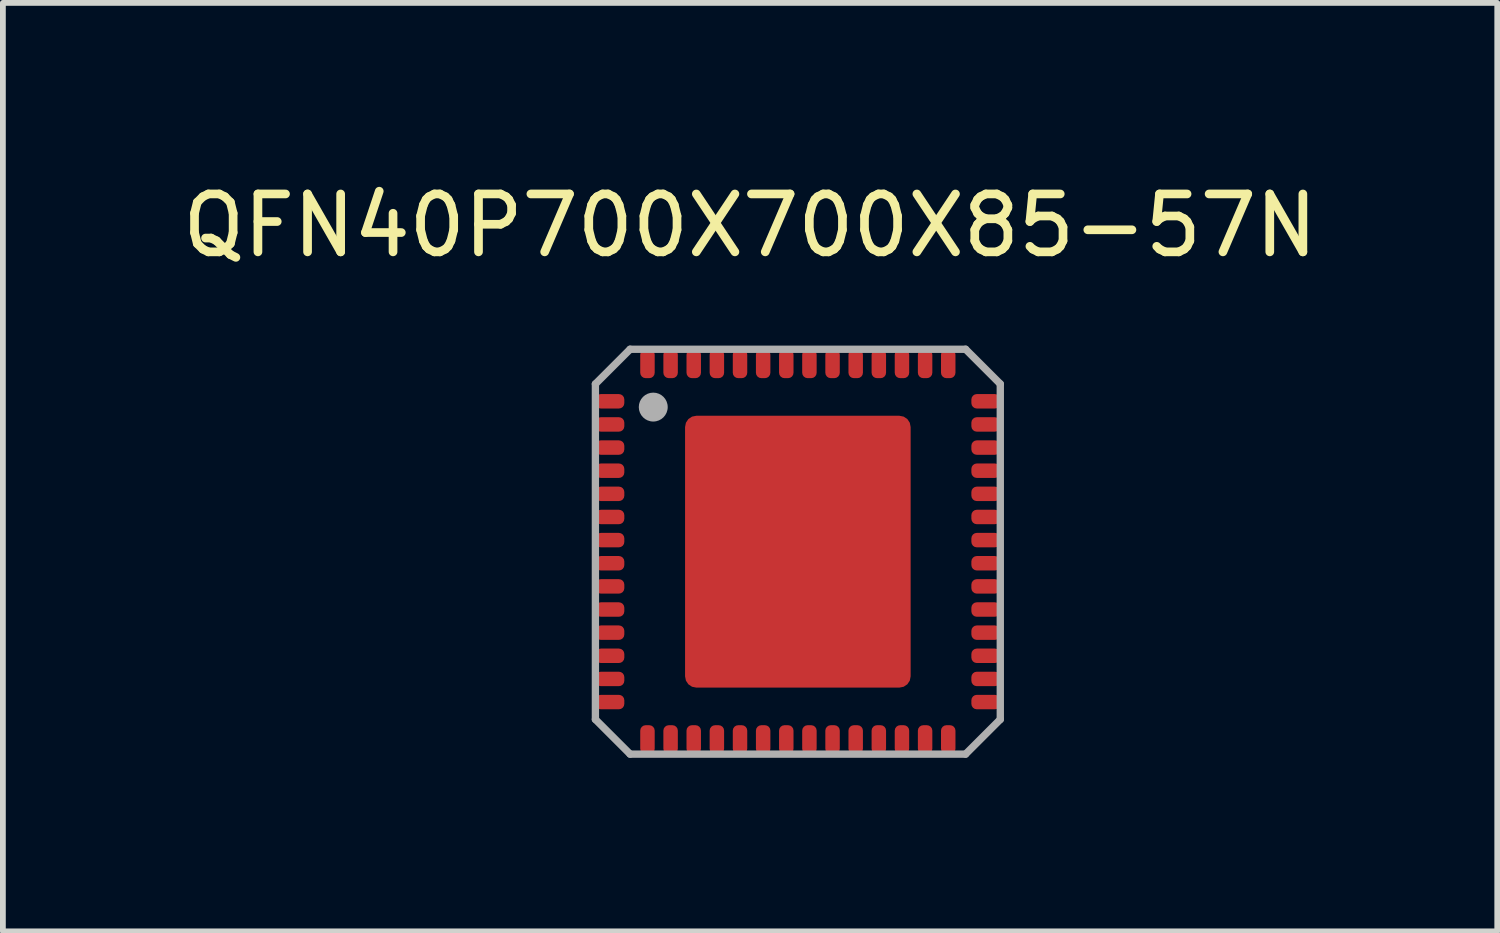
<source format=kicad_pcb>
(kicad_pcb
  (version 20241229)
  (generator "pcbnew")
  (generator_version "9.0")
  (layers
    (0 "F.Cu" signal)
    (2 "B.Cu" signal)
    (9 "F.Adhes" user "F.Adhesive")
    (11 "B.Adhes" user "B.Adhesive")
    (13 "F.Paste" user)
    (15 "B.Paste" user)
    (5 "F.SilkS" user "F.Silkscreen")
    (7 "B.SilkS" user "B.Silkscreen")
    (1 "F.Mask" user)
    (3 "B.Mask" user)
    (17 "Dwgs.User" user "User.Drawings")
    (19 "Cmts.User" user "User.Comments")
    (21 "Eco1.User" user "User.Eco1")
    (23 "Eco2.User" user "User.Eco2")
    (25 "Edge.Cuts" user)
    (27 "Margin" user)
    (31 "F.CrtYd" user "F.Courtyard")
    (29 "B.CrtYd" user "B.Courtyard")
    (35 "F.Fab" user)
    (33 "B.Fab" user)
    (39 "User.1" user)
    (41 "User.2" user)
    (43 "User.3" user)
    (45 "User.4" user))
  (footprint "QFN40P700X700X85-57N"
    (layer "F.Cu")
    (at 10.744 6.488)
    (property "Reference" "QFN40P700X700X85-57N" (at -0.826 -5.639 0) (layer "F.SilkS") (effects (font (size 1.001 1.001) (thickness 0.15))))
    (attr smd)
    (fp_line (start -3.5 -2.9) (end -3.5 2.9) (stroke (width 0.127) (type solid)) (layer "F.Fab"))
    (fp_line (start -3.5 2.9) (end -2.9 3.5) (stroke (width 0.127) (type solid)) (layer "F.Fab"))
    (fp_line (start -2.9 -3.5) (end -3.5 -2.9) (stroke (width 0.127) (type solid)) (layer "F.Fab"))
    (fp_line (start -2.9 3.5) (end 2.9 3.5) (stroke (width 0.127) (type solid)) (layer "F.Fab"))
    (fp_line (start 2.9 -3.5) (end -2.9 -3.5) (stroke (width 0.127) (type solid)) (layer "F.Fab"))
    (fp_line (start 2.9 -3.5) (end 3.5 -2.9) (stroke (width 0.127) (type solid)) (layer "F.Fab"))
    (fp_line (start 3.5 2.9) (end 2.9 3.5) (stroke (width 0.127) (type solid)) (layer "F.Fab"))
    (fp_line (start 3.5 2.9) (end 3.5 -2.9) (stroke (width 0.127) (type solid)) (layer "F.Fab"))
    (fp_circle (center -2.5 -2.5) (end -2.25 -2.5) (stroke (width 0) (type solid)) (fill yes) (layer "F.Fab"))
    (pad "1" smd roundrect (at -3.25 -2.6) (size 0.5 0.25) (layers "F.Cu" "F.Mask" "F.Paste") (roundrect_rratio 0.375))
    (pad "2" smd roundrect (at -3.25 -2.2) (size 0.5 0.25) (layers "F.Cu" "F.Mask" "F.Paste") (roundrect_rratio 0.375))
    (pad "3" smd roundrect (at -3.25 -1.8) (size 0.5 0.25) (layers "F.Cu" "F.Mask" "F.Paste") (roundrect_rratio 0.375))
    (pad "4" smd roundrect (at -3.25 -1.4) (size 0.5 0.25) (layers "F.Cu" "F.Mask" "F.Paste") (roundrect_rratio 0.375))
    (pad "5" smd roundrect (at -3.25 -1) (size 0.5 0.25) (layers "F.Cu" "F.Mask" "F.Paste") (roundrect_rratio 0.375))
    (pad "6" smd roundrect (at -3.25 -0.6) (size 0.5 0.25) (layers "F.Cu" "F.Mask" "F.Paste") (roundrect_rratio 0.375))
    (pad "7" smd roundrect (at -3.25 -0.2) (size 0.5 0.25) (layers "F.Cu" "F.Mask" "F.Paste") (roundrect_rratio 0.375))
    (pad "8" smd roundrect (at -3.25 0.2) (size 0.5 0.25) (layers "F.Cu" "F.Mask" "F.Paste") (roundrect_rratio 0.375))
    (pad "9" smd roundrect (at -3.25 0.6) (size 0.5 0.25) (layers "F.Cu" "F.Mask" "F.Paste") (roundrect_rratio 0.375))
    (pad "10" smd roundrect (at -3.25 1) (size 0.5 0.25) (layers "F.Cu" "F.Mask" "F.Paste") (roundrect_rratio 0.375))
    (pad "11" smd roundrect (at -3.25 1.4) (size 0.5 0.25) (layers "F.Cu" "F.Mask" "F.Paste") (roundrect_rratio 0.375))
    (pad "12" smd roundrect (at -3.25 1.8) (size 0.5 0.25) (layers "F.Cu" "F.Mask" "F.Paste") (roundrect_rratio 0.375))
    (pad "13" smd roundrect (at -3.25 2.2) (size 0.5 0.25) (layers "F.Cu" "F.Mask" "F.Paste") (roundrect_rratio 0.375))
    (pad "14" smd roundrect (at -3.25 2.6) (size 0.5 0.25) (layers "F.Cu" "F.Mask" "F.Paste") (roundrect_rratio 0.375))
    (pad "15" smd roundrect (at -2.6 3.25) (size 0.25 0.5) (layers "F.Cu" "F.Mask" "F.Paste") (roundrect_rratio 0.375))
    (pad "16" smd roundrect (at -2.2 3.25) (size 0.25 0.5) (layers "F.Cu" "F.Mask" "F.Paste") (roundrect_rratio 0.375))
    (pad "17" smd roundrect (at -1.8 3.25) (size 0.25 0.5) (layers "F.Cu" "F.Mask" "F.Paste") (roundrect_rratio 0.375))
    (pad "18" smd roundrect (at -1.4 3.25) (size 0.25 0.5) (layers "F.Cu" "F.Mask" "F.Paste") (roundrect_rratio 0.375))
    (pad "19" smd roundrect (at -1 3.25) (size 0.25 0.5) (layers "F.Cu" "F.Mask" "F.Paste") (roundrect_rratio 0.375))
    (pad "20" smd roundrect (at -0.6 3.25) (size 0.25 0.5) (layers "F.Cu" "F.Mask" "F.Paste") (roundrect_rratio 0.375))
    (pad "21" smd roundrect (at -0.2 3.25) (size 0.25 0.5) (layers "F.Cu" "F.Mask" "F.Paste") (roundrect_rratio 0.375))
    (pad "22" smd roundrect (at 0.2 3.25) (size 0.25 0.5) (layers "F.Cu" "F.Mask" "F.Paste") (roundrect_rratio 0.375))
    (pad "23" smd roundrect (at 0.6 3.25) (size 0.25 0.5) (layers "F.Cu" "F.Mask" "F.Paste") (roundrect_rratio 0.375))
    (pad "24" smd roundrect (at 1 3.25) (size 0.25 0.5) (layers "F.Cu" "F.Mask" "F.Paste") (roundrect_rratio 0.375))
    (pad "25" smd roundrect (at 1.4 3.25) (size 0.25 0.5) (layers "F.Cu" "F.Mask" "F.Paste") (roundrect_rratio 0.375))
    (pad "26" smd roundrect (at 1.8 3.25) (size 0.25 0.5) (layers "F.Cu" "F.Mask" "F.Paste") (roundrect_rratio 0.375))
    (pad "27" smd roundrect (at 2.2 3.25) (size 0.25 0.5) (layers "F.Cu" "F.Mask" "F.Paste") (roundrect_rratio 0.375))
    (pad "28" smd roundrect (at 2.6 3.25) (size 0.25 0.5) (layers "F.Cu" "F.Mask" "F.Paste") (roundrect_rratio 0.375))
    (pad "29" smd roundrect (at 3.25 2.6) (size 0.5 0.25) (layers "F.Cu" "F.Mask" "F.Paste") (roundrect_rratio 0.375))
    (pad "30" smd roundrect (at 3.25 2.2) (size 0.5 0.25) (layers "F.Cu" "F.Mask" "F.Paste") (roundrect_rratio 0.375))
    (pad "31" smd roundrect (at 3.25 1.8) (size 0.5 0.25) (layers "F.Cu" "F.Mask" "F.Paste") (roundrect_rratio 0.375))
    (pad "32" smd roundrect (at 3.25 1.4) (size 0.5 0.25) (layers "F.Cu" "F.Mask" "F.Paste") (roundrect_rratio 0.375))
    (pad "33" smd roundrect (at 3.25 1) (size 0.5 0.25) (layers "F.Cu" "F.Mask" "F.Paste") (roundrect_rratio 0.375))
    (pad "34" smd roundrect (at 3.25 0.6) (size 0.5 0.25) (layers "F.Cu" "F.Mask" "F.Paste") (roundrect_rratio 0.375))
    (pad "35" smd roundrect (at 3.25 0.2) (size 0.5 0.25) (layers "F.Cu" "F.Mask" "F.Paste") (roundrect_rratio 0.375))
    (pad "36" smd roundrect (at 3.25 -0.2) (size 0.5 0.25) (layers "F.Cu" "F.Mask" "F.Paste") (roundrect_rratio 0.375))
    (pad "37" smd roundrect (at 3.25 -0.6) (size 0.5 0.25) (layers "F.Cu" "F.Mask" "F.Paste") (roundrect_rratio 0.375))
    (pad "38" smd roundrect (at 3.25 -1) (size 0.5 0.25) (layers "F.Cu" "F.Mask" "F.Paste") (roundrect_rratio 0.375))
    (pad "39" smd roundrect (at 3.25 -1.4) (size 0.5 0.25) (layers "F.Cu" "F.Mask" "F.Paste") (roundrect_rratio 0.375))
    (pad "40" smd roundrect (at 3.25 -1.8) (size 0.5 0.25) (layers "F.Cu" "F.Mask" "F.Paste") (roundrect_rratio 0.375))
    (pad "41" smd roundrect (at 3.25 -2.2) (size 0.5 0.25) (layers "F.Cu" "F.Mask" "F.Paste") (roundrect_rratio 0.375))
    (pad "42" smd roundrect (at 3.25 -2.6) (size 0.5 0.25) (layers "F.Cu" "F.Mask" "F.Paste") (roundrect_rratio 0.375))
    (pad "43" smd roundrect (at 2.6 -3.25) (size 0.25 0.5) (layers "F.Cu" "F.Mask" "F.Paste") (roundrect_rratio 0.375))
    (pad "44" smd roundrect (at 2.2 -3.25) (size 0.25 0.5) (layers "F.Cu" "F.Mask" "F.Paste") (roundrect_rratio 0.375))
    (pad "45" smd roundrect (at 1.8 -3.25) (size 0.25 0.5) (layers "F.Cu" "F.Mask" "F.Paste") (roundrect_rratio 0.375))
    (pad "46" smd roundrect (at 1.4 -3.25) (size 0.25 0.5) (layers "F.Cu" "F.Mask" "F.Paste") (roundrect_rratio 0.375))
    (pad "47" smd roundrect (at 1 -3.25) (size 0.25 0.5) (layers "F.Cu" "F.Mask" "F.Paste") (roundrect_rratio 0.375))
    (pad "48" smd roundrect (at 0.6 -3.25) (size 0.25 0.5) (layers "F.Cu" "F.Mask" "F.Paste") (roundrect_rratio 0.375))
    (pad "49" smd roundrect (at 0.2 -3.25) (size 0.25 0.5) (layers "F.Cu" "F.Mask" "F.Paste") (roundrect_rratio 0.375))
    (pad "50" smd roundrect (at -0.2 -3.25) (size 0.25 0.5) (layers "F.Cu" "F.Mask" "F.Paste") (roundrect_rratio 0.375))
    (pad "51" smd roundrect (at -0.6 -3.25) (size 0.25 0.5) (layers "F.Cu" "F.Mask" "F.Paste") (roundrect_rratio 0.375))
    (pad "52" smd roundrect (at -1 -3.25) (size 0.25 0.5) (layers "F.Cu" "F.Mask" "F.Paste") (roundrect_rratio 0.375))
    (pad "53" smd roundrect (at -1.4 -3.25) (size 0.25 0.5) (layers "F.Cu" "F.Mask" "F.Paste") (roundrect_rratio 0.375))
    (pad "54" smd roundrect (at -1.8 -3.25) (size 0.25 0.5) (layers "F.Cu" "F.Mask" "F.Paste") (roundrect_rratio 0.375))
    (pad "55" smd roundrect (at -2.2 -3.25) (size 0.25 0.5) (layers "F.Cu" "F.Mask" "F.Paste") (roundrect_rratio 0.375))
    (pad "56" smd roundrect (at -2.6 -3.25) (size 0.25 0.5) (layers "F.Cu" "F.Mask" "F.Paste") (roundrect_rratio 0.375))
    (pad "PAD" smd roundrect (at 0 0) (size 3.9 4.7) (layers "F.Cu" "F.Mask" "F.Paste") (roundrect_rratio 0.05)))
  (gr_rect
    (start -3 -3)
    (end 22.836 13.052)
    (stroke (width 0.1) (type default))
    (fill no)
    (layer "Edge.Cuts")))
</source>
